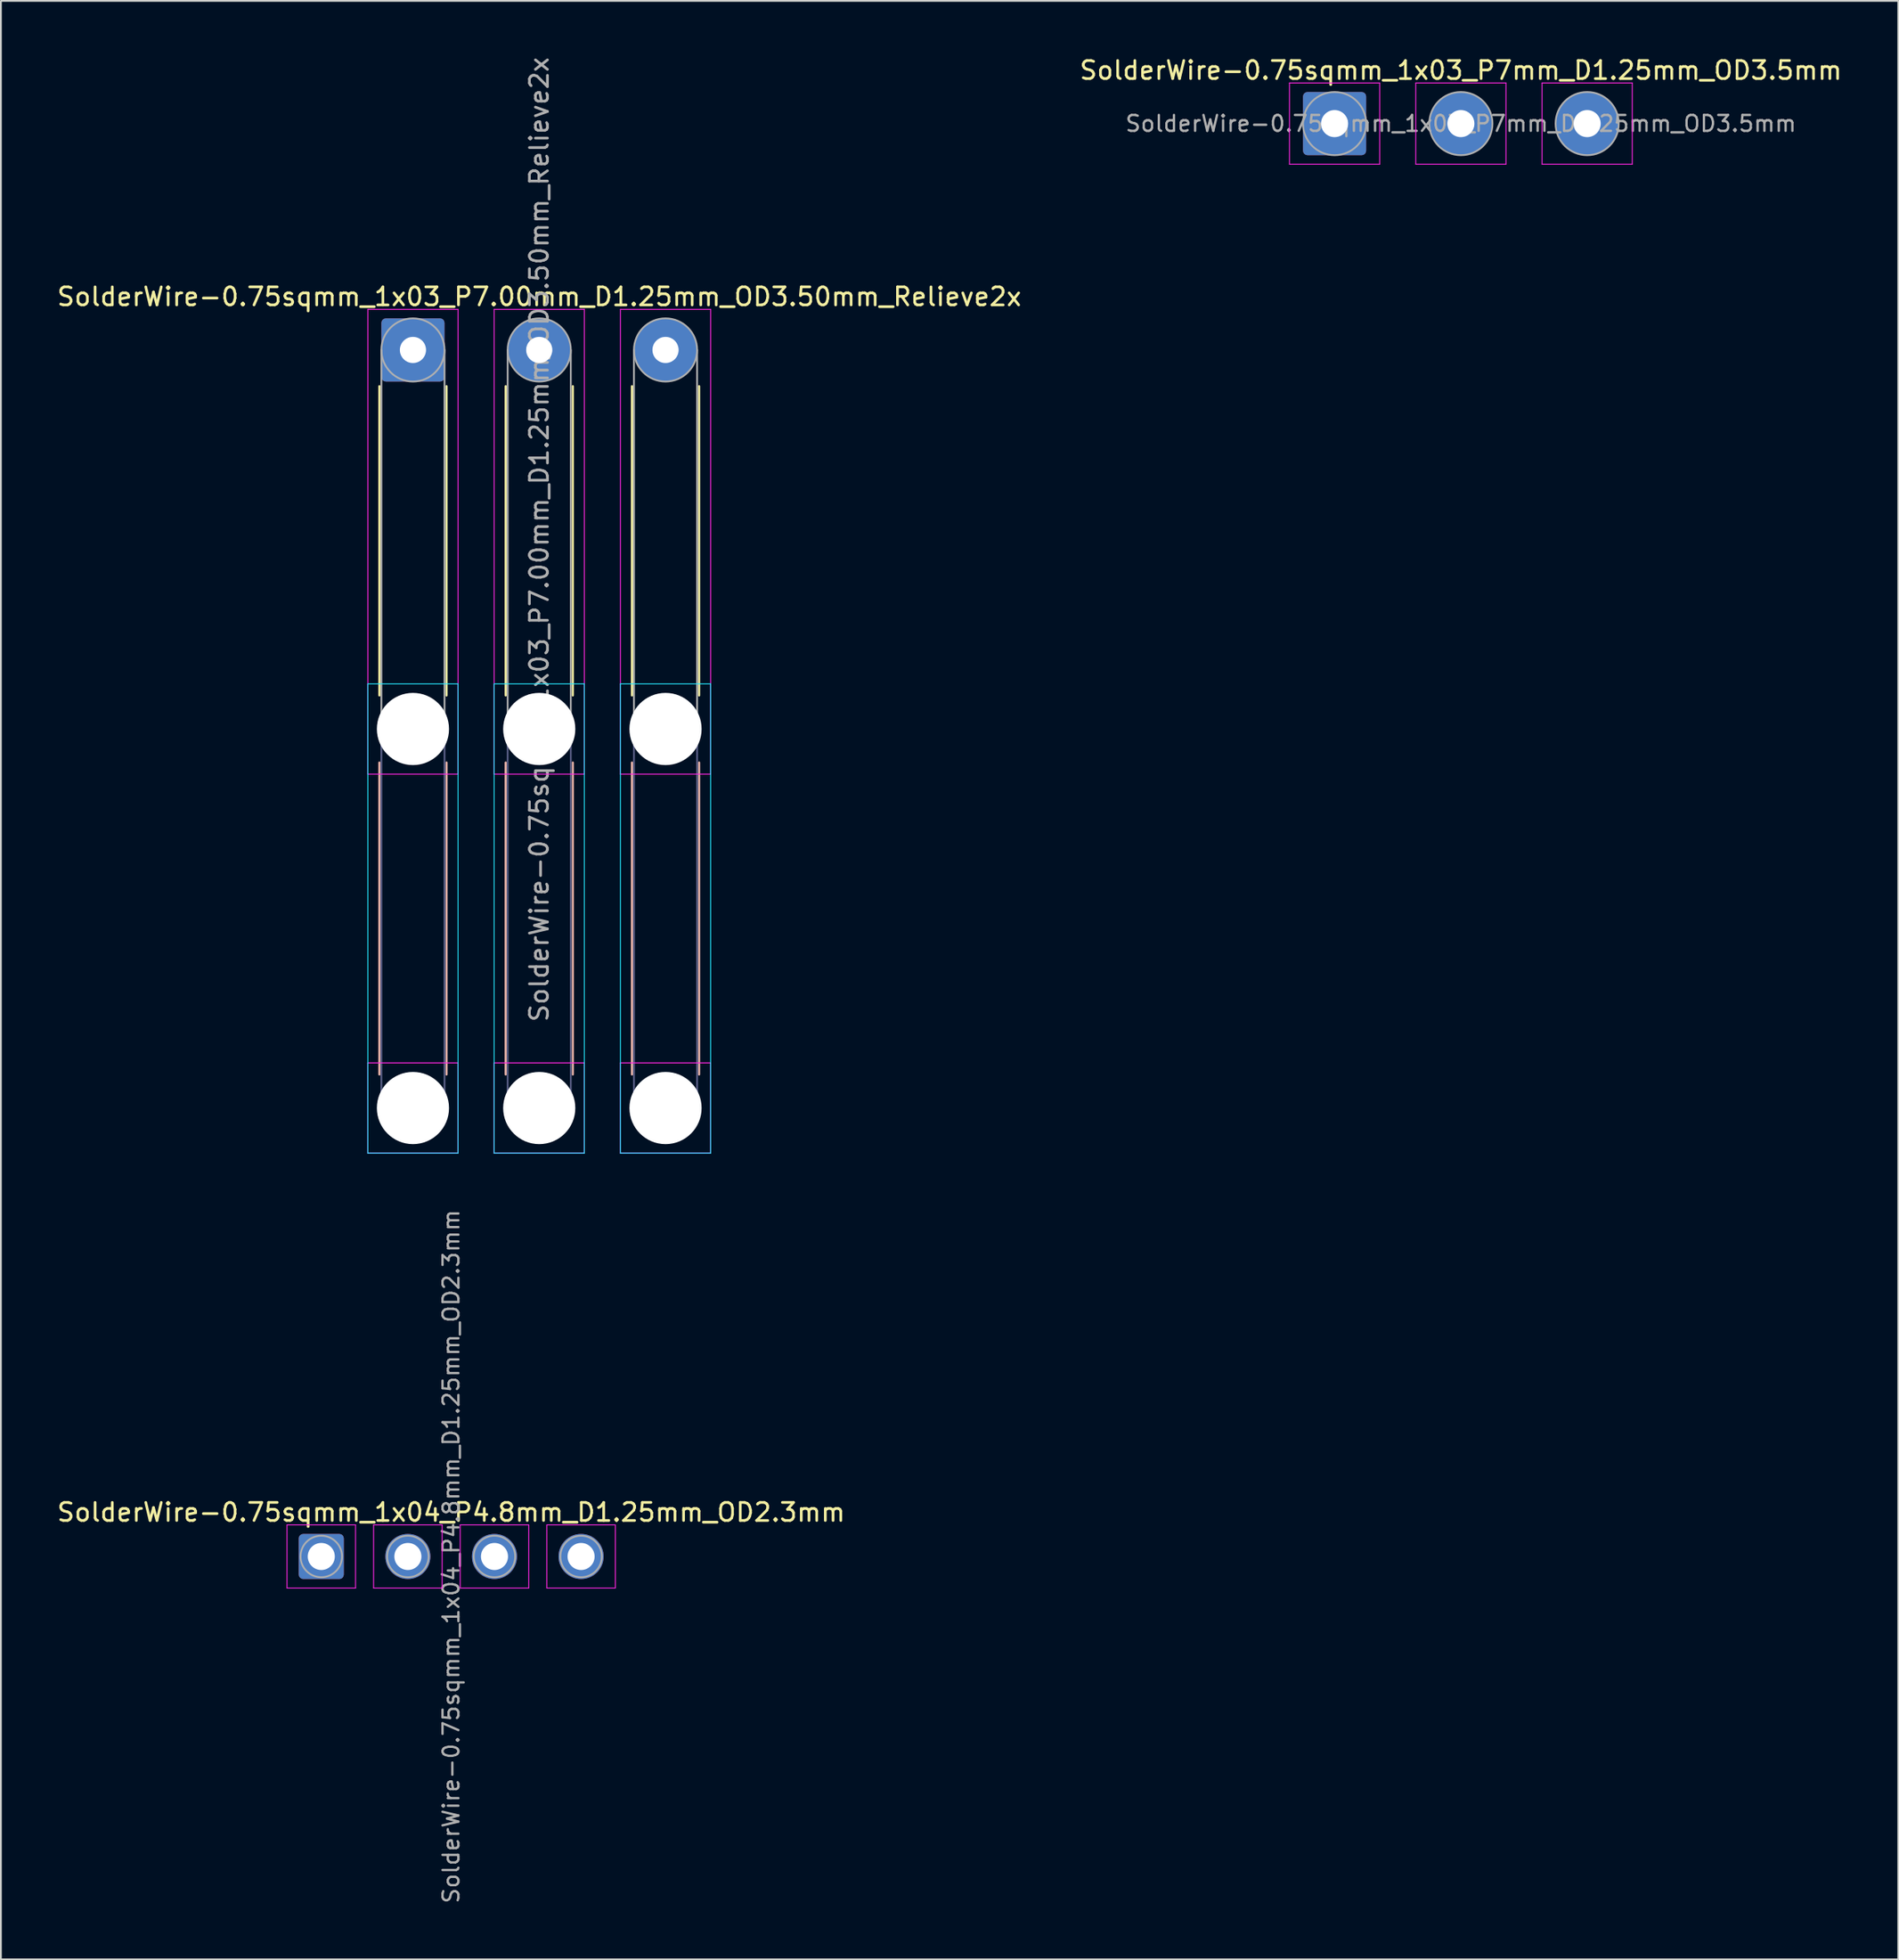
<source format=kicad_pcb>
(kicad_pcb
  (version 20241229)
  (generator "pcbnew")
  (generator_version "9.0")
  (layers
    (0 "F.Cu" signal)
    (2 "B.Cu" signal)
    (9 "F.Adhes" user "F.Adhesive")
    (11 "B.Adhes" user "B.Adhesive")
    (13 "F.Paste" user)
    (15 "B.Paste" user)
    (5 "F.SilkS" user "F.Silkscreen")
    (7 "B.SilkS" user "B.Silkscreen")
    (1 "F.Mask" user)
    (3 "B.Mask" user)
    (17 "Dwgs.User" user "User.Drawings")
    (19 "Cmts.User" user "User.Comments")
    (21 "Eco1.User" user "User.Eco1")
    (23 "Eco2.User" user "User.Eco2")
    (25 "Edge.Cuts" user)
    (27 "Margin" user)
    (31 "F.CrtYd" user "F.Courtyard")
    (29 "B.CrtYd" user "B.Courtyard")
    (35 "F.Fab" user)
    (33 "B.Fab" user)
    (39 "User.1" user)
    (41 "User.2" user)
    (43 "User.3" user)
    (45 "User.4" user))
  (footprint "SolderWire-0.75sqmm_1x03_P7mm_D1.25mm_OD3.5mm"
    (layer "F.Cu")
    (at 70.923 3.798)
    (property "Reference" "SolderWire-0.75sqmm_1x03_P7mm_D1.25mm_OD3.5mm" (at 7 -2.95 0) (layer "F.SilkS") (effects (font (size 1 1) (thickness 0.15))))
    (attr exclude_from_pos_files exclude_from_bom)
    (fp_line (start -2.5 -2.25) (end -2.5 2.25) (stroke (width 0.05) (type solid)) (layer "F.CrtYd"))
    (fp_line (start -2.5 2.25) (end 2.5 2.25) (stroke (width 0.05) (type solid)) (layer "F.CrtYd"))
    (fp_line (start 2.5 -2.25) (end -2.5 -2.25) (stroke (width 0.05) (type solid)) (layer "F.CrtYd"))
    (fp_line (start 2.5 2.25) (end 2.5 -2.25) (stroke (width 0.05) (type solid)) (layer "F.CrtYd"))
    (fp_line (start 4.5 -2.25) (end 4.5 2.25) (stroke (width 0.05) (type solid)) (layer "F.CrtYd"))
    (fp_line (start 4.5 2.25) (end 9.5 2.25) (stroke (width 0.05) (type solid)) (layer "F.CrtYd"))
    (fp_line (start 9.5 -2.25) (end 4.5 -2.25) (stroke (width 0.05) (type solid)) (layer "F.CrtYd"))
    (fp_line (start 9.5 2.25) (end 9.5 -2.25) (stroke (width 0.05) (type solid)) (layer "F.CrtYd"))
    (fp_line (start 11.5 -2.25) (end 11.5 2.25) (stroke (width 0.05) (type solid)) (layer "F.CrtYd"))
    (fp_line (start 11.5 2.25) (end 16.5 2.25) (stroke (width 0.05) (type solid)) (layer "F.CrtYd"))
    (fp_line (start 16.5 -2.25) (end 11.5 -2.25) (stroke (width 0.05) (type solid)) (layer "F.CrtYd"))
    (fp_line (start 16.5 2.25) (end 16.5 -2.25) (stroke (width 0.05) (type solid)) (layer "F.CrtYd"))
    (fp_circle (center 0 0) (end 1.75 0) (stroke (width 0.1) (type solid)) (fill no) (layer "F.Fab"))
    (fp_circle (center 7 0) (end 8.75 0) (stroke (width 0.1) (type solid)) (fill no) (layer "F.Fab"))
    (fp_circle (center 14 0) (end 15.75 0) (stroke (width 0.1) (type solid)) (fill no) (layer "F.Fab"))
    (fp_text user "${REFERENCE}" (at 7 0 0) (layer "F.Fab") (effects (font (size 0.88 0.88) (thickness 0.13))))
    (pad "1" thru_hole roundrect (at 0 0) (size 3.5 3.5) (drill 1.5) (layers "*.Cu" "*.Mask") (roundrect_rratio 0.071))
    (pad "2" thru_hole circle (at 7 0) (size 3.5 3.5) (drill 1.5) (layers "*.Cu" "*.Mask"))
    (pad "3" thru_hole circle (at 14 0) (size 3.5 3.5) (drill 1.5) (layers "*.Cu" "*.Mask")))
  (footprint "SolderWire-0.75sqmm_1x04_P4.8mm_D1.25mm_OD2.3mm"
    (layer "F.Cu")
    (at 14.758 83.185)
    (property "Reference" "SolderWire-0.75sqmm_1x04_P4.8mm_D1.25mm_OD2.3mm" (at 7.2 -2.45 0) (layer "F.SilkS") (effects (font (size 1 1) (thickness 0.15))))
    (attr exclude_from_pos_files exclude_from_bom)
    (fp_line (start -1.9 -1.75) (end -1.9 1.75) (stroke (width 0.05) (type solid)) (layer "F.CrtYd"))
    (fp_line (start -1.9 1.75) (end 1.9 1.75) (stroke (width 0.05) (type solid)) (layer "F.CrtYd"))
    (fp_line (start 1.9 -1.75) (end -1.9 -1.75) (stroke (width 0.05) (type solid)) (layer "F.CrtYd"))
    (fp_line (start 1.9 1.75) (end 1.9 -1.75) (stroke (width 0.05) (type solid)) (layer "F.CrtYd"))
    (fp_line (start 2.9 -1.75) (end 2.9 1.75) (stroke (width 0.05) (type solid)) (layer "F.CrtYd"))
    (fp_line (start 2.9 1.75) (end 6.7 1.75) (stroke (width 0.05) (type solid)) (layer "F.CrtYd"))
    (fp_line (start 6.7 -1.75) (end 2.9 -1.75) (stroke (width 0.05) (type solid)) (layer "F.CrtYd"))
    (fp_line (start 6.7 1.75) (end 6.7 -1.75) (stroke (width 0.05) (type solid)) (layer "F.CrtYd"))
    (fp_line (start 7.7 -1.75) (end 7.7 1.75) (stroke (width 0.05) (type solid)) (layer "F.CrtYd"))
    (fp_line (start 7.7 1.75) (end 11.5 1.75) (stroke (width 0.05) (type solid)) (layer "F.CrtYd"))
    (fp_line (start 11.5 -1.75) (end 7.7 -1.75) (stroke (width 0.05) (type solid)) (layer "F.CrtYd"))
    (fp_line (start 11.5 1.75) (end 11.5 -1.75) (stroke (width 0.05) (type solid)) (layer "F.CrtYd"))
    (fp_line (start 12.5 -1.75) (end 12.5 1.75) (stroke (width 0.05) (type solid)) (layer "F.CrtYd"))
    (fp_line (start 12.5 1.75) (end 16.3 1.75) (stroke (width 0.05) (type solid)) (layer "F.CrtYd"))
    (fp_line (start 16.3 -1.75) (end 12.5 -1.75) (stroke (width 0.05) (type solid)) (layer "F.CrtYd"))
    (fp_line (start 16.3 1.75) (end 16.3 -1.75) (stroke (width 0.05) (type solid)) (layer "F.CrtYd"))
    (fp_circle (center 0 0) (end 1.15 0) (stroke (width 0.1) (type solid)) (fill no) (layer "F.Fab"))
    (fp_circle (center 4.8 0) (end 5.95 0) (stroke (width 0.1) (type solid)) (fill no) (layer "F.Fab"))
    (fp_circle (center 9.6 0) (end 10.75 0) (stroke (width 0.1) (type solid)) (fill no) (layer "F.Fab"))
    (fp_circle (center 14.4 0) (end 15.55 0) (stroke (width 0.1) (type solid)) (fill no) (layer "F.Fab"))
    (fp_text user "${REFERENCE}" (at 7.2 0 90) (layer "F.Fab") (effects (font (size 0.88 0.88) (thickness 0.13))))
    (pad "1" thru_hole roundrect (at 0 0) (size 2.5 2.5) (drill 1.5) (layers "*.Cu" "*.Mask") (roundrect_rratio 0.1))
    (pad "2" thru_hole circle (at 4.8 0) (size 2.5 2.5) (drill 1.5) (layers "*.Cu" "*.Mask"))
    (pad "3" thru_hole circle (at 9.6 0) (size 2.5 2.5) (drill 1.5) (layers "*.Cu" "*.Mask"))
    (pad "4" thru_hole circle (at 14.4 0) (size 2.5 2.5) (drill 1.5) (layers "*.Cu" "*.Mask")))
  (footprint "SolderWire-0.75sqmm_1x03_P7.00mm_D1.25mm_OD3.50mm_Relieve2x"
    (layer "F.Cu")
    (at 19.839 16.339)
    (property "Reference" "SolderWire-0.75sqmm_1x03_P7.00mm_D1.25mm_OD3.50mm_Relieve2x" (at 7 -2.95 0) (layer "F.SilkS") (effects (font (size 1 1) (thickness 0.15))))
    (attr exclude_from_pos_files exclude_from_bom)
    (fp_line (start -1.86 2.01) (end -1.86 19.14) (stroke (width 0.12) (type solid)) (layer "F.SilkS"))
    (fp_line (start 1.86 2.01) (end 1.86 19.14) (stroke (width 0.12) (type solid)) (layer "F.SilkS"))
    (fp_line (start 5.14 2.01) (end 5.14 19.14) (stroke (width 0.12) (type solid)) (layer "F.SilkS"))
    (fp_line (start 8.86 2.01) (end 8.86 19.14) (stroke (width 0.12) (type solid)) (layer "F.SilkS"))
    (fp_line (start 12.14 2.01) (end 12.14 19.14) (stroke (width 0.12) (type solid)) (layer "F.SilkS"))
    (fp_line (start 15.86 2.01) (end 15.86 19.14) (stroke (width 0.12) (type solid)) (layer "F.SilkS"))
    (fp_line (start -1.86 22.86) (end -1.86 40.14) (stroke (width 0.12) (type solid)) (layer "B.SilkS"))
    (fp_line (start 1.86 22.86) (end 1.86 40.14) (stroke (width 0.12) (type solid)) (layer "B.SilkS"))
    (fp_line (start 5.14 22.86) (end 5.14 40.14) (stroke (width 0.12) (type solid)) (layer "B.SilkS"))
    (fp_line (start 8.86 22.86) (end 8.86 40.14) (stroke (width 0.12) (type solid)) (layer "B.SilkS"))
    (fp_line (start 12.14 22.86) (end 12.14 40.14) (stroke (width 0.12) (type solid)) (layer "B.SilkS"))
    (fp_line (start 15.86 22.86) (end 15.86 40.14) (stroke (width 0.12) (type solid)) (layer "B.SilkS"))
    (fp_line (start -2.5 18.5) (end -2.5 44.5) (stroke (width 0.05) (type solid)) (layer "B.CrtYd"))
    (fp_line (start -2.5 44.5) (end 2.5 44.5) (stroke (width 0.05) (type solid)) (layer "B.CrtYd"))
    (fp_line (start 2.5 18.5) (end -2.5 18.5) (stroke (width 0.05) (type solid)) (layer "B.CrtYd"))
    (fp_line (start 2.5 44.5) (end 2.5 18.5) (stroke (width 0.05) (type solid)) (layer "B.CrtYd"))
    (fp_line (start 4.5 18.5) (end 4.5 44.5) (stroke (width 0.05) (type solid)) (layer "B.CrtYd"))
    (fp_line (start 4.5 44.5) (end 9.5 44.5) (stroke (width 0.05) (type solid)) (layer "B.CrtYd"))
    (fp_line (start 9.5 18.5) (end 4.5 18.5) (stroke (width 0.05) (type solid)) (layer "B.CrtYd"))
    (fp_line (start 9.5 44.5) (end 9.5 18.5) (stroke (width 0.05) (type solid)) (layer "B.CrtYd"))
    (fp_line (start 11.5 18.5) (end 11.5 44.5) (stroke (width 0.05) (type solid)) (layer "B.CrtYd"))
    (fp_line (start 11.5 44.5) (end 16.5 44.5) (stroke (width 0.05) (type solid)) (layer "B.CrtYd"))
    (fp_line (start 16.5 18.5) (end 11.5 18.5) (stroke (width 0.05) (type solid)) (layer "B.CrtYd"))
    (fp_line (start 16.5 44.5) (end 16.5 18.5) (stroke (width 0.05) (type solid)) (layer "B.CrtYd"))
    (fp_line (start -2.5 -2.25) (end -2.5 23.5) (stroke (width 0.05) (type solid)) (layer "F.CrtYd"))
    (fp_line (start -2.5 23.5) (end 2.5 23.5) (stroke (width 0.05) (type solid)) (layer "F.CrtYd"))
    (fp_line (start -2.5 39.5) (end -2.5 44.5) (stroke (width 0.05) (type solid)) (layer "F.CrtYd"))
    (fp_line (start -2.5 44.5) (end 2.5 44.5) (stroke (width 0.05) (type solid)) (layer "F.CrtYd"))
    (fp_line (start 2.5 -2.25) (end -2.5 -2.25) (stroke (width 0.05) (type solid)) (layer "F.CrtYd"))
    (fp_line (start 2.5 23.5) (end 2.5 -2.25) (stroke (width 0.05) (type solid)) (layer "F.CrtYd"))
    (fp_line (start 2.5 39.5) (end -2.5 39.5) (stroke (width 0.05) (type solid)) (layer "F.CrtYd"))
    (fp_line (start 2.5 44.5) (end 2.5 39.5) (stroke (width 0.05) (type solid)) (layer "F.CrtYd"))
    (fp_line (start 4.5 -2.25) (end 4.5 23.5) (stroke (width 0.05) (type solid)) (layer "F.CrtYd"))
    (fp_line (start 4.5 23.5) (end 9.5 23.5) (stroke (width 0.05) (type solid)) (layer "F.CrtYd"))
    (fp_line (start 4.5 39.5) (end 4.5 44.5) (stroke (width 0.05) (type solid)) (layer "F.CrtYd"))
    (fp_line (start 4.5 44.5) (end 9.5 44.5) (stroke (width 0.05) (type solid)) (layer "F.CrtYd"))
    (fp_line (start 9.5 -2.25) (end 4.5 -2.25) (stroke (width 0.05) (type solid)) (layer "F.CrtYd"))
    (fp_line (start 9.5 23.5) (end 9.5 -2.25) (stroke (width 0.05) (type solid)) (layer "F.CrtYd"))
    (fp_line (start 9.5 39.5) (end 4.5 39.5) (stroke (width 0.05) (type solid)) (layer "F.CrtYd"))
    (fp_line (start 9.5 44.5) (end 9.5 39.5) (stroke (width 0.05) (type solid)) (layer "F.CrtYd"))
    (fp_line (start 11.5 -2.25) (end 11.5 23.5) (stroke (width 0.05) (type solid)) (layer "F.CrtYd"))
    (fp_line (start 11.5 23.5) (end 16.5 23.5) (stroke (width 0.05) (type solid)) (layer "F.CrtYd"))
    (fp_line (start 11.5 39.5) (end 11.5 44.5) (stroke (width 0.05) (type solid)) (layer "F.CrtYd"))
    (fp_line (start 11.5 44.5) (end 16.5 44.5) (stroke (width 0.05) (type solid)) (layer "F.CrtYd"))
    (fp_line (start 16.5 -2.25) (end 11.5 -2.25) (stroke (width 0.05) (type solid)) (layer "F.CrtYd"))
    (fp_line (start 16.5 23.5) (end 16.5 -2.25) (stroke (width 0.05) (type solid)) (layer "F.CrtYd"))
    (fp_line (start 16.5 39.5) (end 11.5 39.5) (stroke (width 0.05) (type solid)) (layer "F.CrtYd"))
    (fp_line (start 16.5 44.5) (end 16.5 39.5) (stroke (width 0.05) (type solid)) (layer "F.CrtYd"))
    (fp_line (start -1.75 21) (end -1.75 42) (stroke (width 0.1) (type solid)) (layer "B.Fab"))
    (fp_line (start 1.75 21) (end 1.75 42) (stroke (width 0.1) (type solid)) (layer "B.Fab"))
    (fp_line (start 5.25 21) (end 5.25 42) (stroke (width 0.1) (type solid)) (layer "B.Fab"))
    (fp_line (start 8.75 21) (end 8.75 42) (stroke (width 0.1) (type solid)) (layer "B.Fab"))
    (fp_line (start 12.25 21) (end 12.25 42) (stroke (width 0.1) (type solid)) (layer "B.Fab"))
    (fp_line (start 15.75 21) (end 15.75 42) (stroke (width 0.1) (type solid)) (layer "B.Fab"))
    (fp_circle (center 0 21) (end 1.75 21) (stroke (width 0.1) (type solid)) (fill no) (layer "B.Fab"))
    (fp_circle (center 0 42) (end 1.75 42) (stroke (width 0.1) (type solid)) (fill no) (layer "B.Fab"))
    (fp_circle (center 7 21) (end 8.75 21) (stroke (width 0.1) (type solid)) (fill no) (layer "B.Fab"))
    (fp_circle (center 7 42) (end 8.75 42) (stroke (width 0.1) (type solid)) (fill no) (layer "B.Fab"))
    (fp_circle (center 14 21) (end 15.75 21) (stroke (width 0.1) (type solid)) (fill no) (layer "B.Fab"))
    (fp_circle (center 14 42) (end 15.75 42) (stroke (width 0.1) (type solid)) (fill no) (layer "B.Fab"))
    (fp_line (start -1.75 0) (end -1.75 21) (stroke (width 0.1) (type solid)) (layer "F.Fab"))
    (fp_line (start 1.75 0) (end 1.75 21) (stroke (width 0.1) (type solid)) (layer "F.Fab"))
    (fp_line (start 5.25 0) (end 5.25 21) (stroke (width 0.1) (type solid)) (layer "F.Fab"))
    (fp_line (start 8.75 0) (end 8.75 21) (stroke (width 0.1) (type solid)) (layer "F.Fab"))
    (fp_line (start 12.25 0) (end 12.25 21) (stroke (width 0.1) (type solid)) (layer "F.Fab"))
    (fp_line (start 15.75 0) (end 15.75 21) (stroke (width 0.1) (type solid)) (layer "F.Fab"))
    (fp_circle (center 0 0) (end 1.75 0) (stroke (width 0.1) (type solid)) (fill no) (layer "F.Fab"))
    (fp_circle (center 0 21) (end 1.75 21) (stroke (width 0.1) (type solid)) (fill no) (layer "F.Fab"))
    (fp_circle (center 0 42) (end 1.75 42) (stroke (width 0.1) (type solid)) (fill no) (layer "F.Fab"))
    (fp_circle (center 7 0) (end 8.75 0) (stroke (width 0.1) (type solid)) (fill no) (layer "F.Fab"))
    (fp_circle (center 7 21) (end 8.75 21) (stroke (width 0.1) (type solid)) (fill no) (layer "F.Fab"))
    (fp_circle (center 7 42) (end 8.75 42) (stroke (width 0.1) (type solid)) (fill no) (layer "F.Fab"))
    (fp_circle (center 14 0) (end 15.75 0) (stroke (width 0.1) (type solid)) (fill no) (layer "F.Fab"))
    (fp_circle (center 14 21) (end 15.75 21) (stroke (width 0.1) (type solid)) (fill no) (layer "F.Fab"))
    (fp_circle (center 14 42) (end 15.75 42) (stroke (width 0.1) (type solid)) (fill no) (layer "F.Fab"))
    (fp_text user "${REFERENCE}" (at 7 10.5 90) (layer "F.Fab") (effects (font (size 1 1) (thickness 0.15))))
    (pad "" np_thru_hole circle (at 0 21) (size 4 4) (drill 4) (layers "*.Cu" "*.Mask"))
    (pad "" np_thru_hole circle (at 0 42) (size 4 4) (drill 4) (layers "*.Cu" "*.Mask"))
    (pad "" np_thru_hole circle (at 7 21) (size 4 4) (drill 4) (layers "*.Cu" "*.Mask"))
    (pad "" np_thru_hole circle (at 7 42) (size 4 4) (drill 4) (layers "*.Cu" "*.Mask"))
    (pad "" np_thru_hole circle (at 14 21) (size 4 4) (drill 4) (layers "*.Cu" "*.Mask"))
    (pad "" np_thru_hole circle (at 14 42) (size 4 4) (drill 4) (layers "*.Cu" "*.Mask"))
    (pad "1" thru_hole roundrect (at 0 0) (size 3.5 3.5) (drill 1.45) (layers "*.Cu" "*.Mask") (roundrect_rratio 0.071))
    (pad "2" thru_hole circle (at 7 0) (size 3.5 3.5) (drill 1.45) (layers "*.Cu" "*.Mask"))
    (pad "3" thru_hole circle (at 14 0) (size 3.5 3.5) (drill 1.45) (layers "*.Cu" "*.Mask")))
  (gr_rect
    (start -3 -3)
    (end 102.167 105.505)
    (stroke (width 0.1) (type default))
    (fill no)
    (layer "Edge.Cuts")))
</source>
